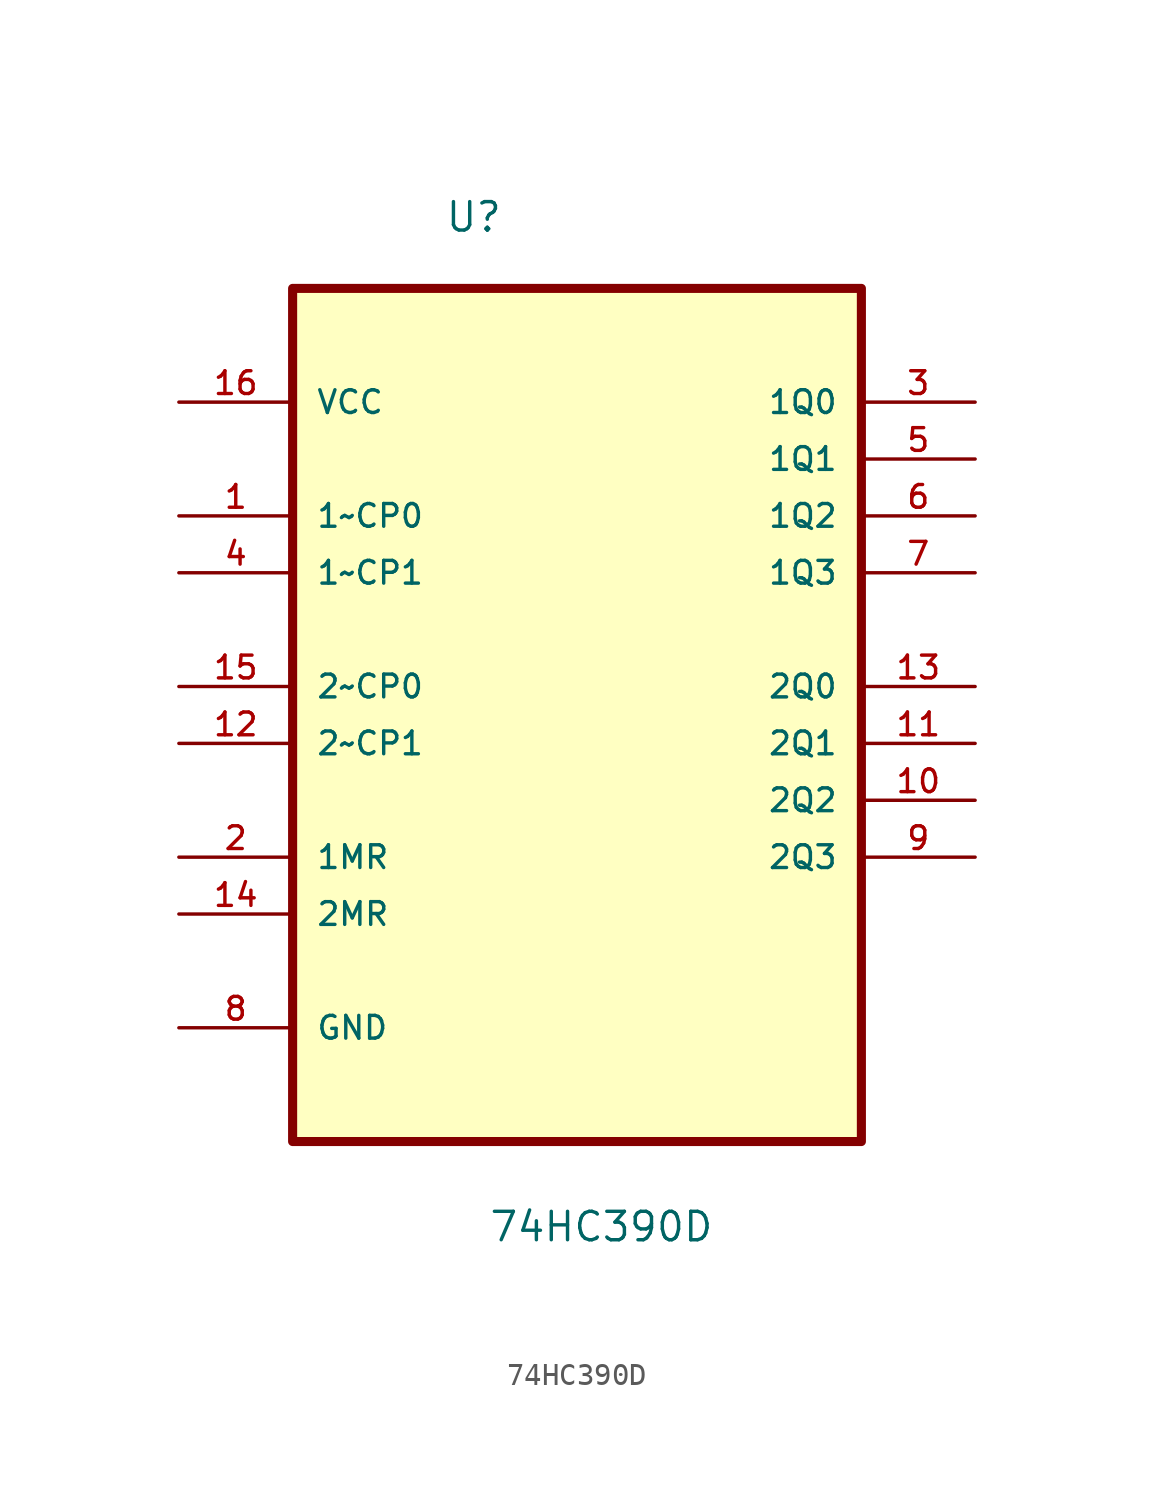
<source format=kicad_sym>
(kicad_symbol_lib
  (version 20211014)
  (generator kicad_symbol_editor)
  (symbol "74HC390D"
    (pin_names
      (offset 1.016))
    (property "Reference" "U"
      (at -5.92 17.682 0.0)
      (effects (font (size 1.27 1.27)) (justify bottom left)))
    (property "Value" "74HC390D"
      (at -3.97 -27.409 0.0)
      (effects (font (size 1.27 1.27)) (justify bottom left)))
    (symbol "74HC390D_0_0"
      (rectangle (start -12.7 -22.86) (end 12.7 15.24) (stroke (width 0.406)) (fill (type background)))
      (pin power_in line (at -17.78 10.16 0) (length 5.08) (name "VCC" (effects (font (size 1.016 1.016)))) (number "16" (effects (font (size 1.016 1.016)))))
      (pin input line (at -17.78 5.08 0) (length 5.08) (name "1~CP0" (effects (font (size 1.016 1.016)))) (number "1" (effects (font (size 1.016 1.016)))))
      (pin input line (at -17.78 2.54 0) (length 5.08) (name "1~CP1" (effects (font (size 1.016 1.016)))) (number "4" (effects (font (size 1.016 1.016)))))
      (pin input line (at -17.78 -2.54 0) (length 5.08) (name "2~CP0" (effects (font (size 1.016 1.016)))) (number "15" (effects (font (size 1.016 1.016)))))
      (pin input line (at -17.78 -5.08 0) (length 5.08) (name "2~CP1" (effects (font (size 1.016 1.016)))) (number "12" (effects (font (size 1.016 1.016)))))
      (pin input line (at -17.78 -10.16 0) (length 5.08) (name "1MR" (effects (font (size 1.016 1.016)))) (number "2" (effects (font (size 1.016 1.016)))))
      (pin input line (at -17.78 -12.7 0) (length 5.08) (name "2MR" (effects (font (size 1.016 1.016)))) (number "14" (effects (font (size 1.016 1.016)))))
      (pin passive line (at -17.78 -17.78 0) (length 5.08) (name "GND" (effects (font (size 1.016 1.016)))) (number "8" (effects (font (size 1.016 1.016)))))
      (pin output line (at 17.78 10.16 180.0) (length 5.08) (name "1Q0" (effects (font (size 1.016 1.016)))) (number "3" (effects (font (size 1.016 1.016)))))
      (pin output line (at 17.78 7.62 180.0) (length 5.08) (name "1Q1" (effects (font (size 1.016 1.016)))) (number "5" (effects (font (size 1.016 1.016)))))
      (pin output line (at 17.78 5.08 180.0) (length 5.08) (name "1Q2" (effects (font (size 1.016 1.016)))) (number "6" (effects (font (size 1.016 1.016)))))
      (pin output line (at 17.78 2.54 180.0) (length 5.08) (name "1Q3" (effects (font (size 1.016 1.016)))) (number "7" (effects (font (size 1.016 1.016)))))
      (pin output line (at 17.78 -2.54 180.0) (length 5.08) (name "2Q0" (effects (font (size 1.016 1.016)))) (number "13" (effects (font (size 1.016 1.016)))))
      (pin output line (at 17.78 -5.08 180.0) (length 5.08) (name "2Q1" (effects (font (size 1.016 1.016)))) (number "11" (effects (font (size 1.016 1.016)))))
      (pin output line (at 17.78 -7.62 180.0) (length 5.08) (name "2Q2" (effects (font (size 1.016 1.016)))) (number "10" (effects (font (size 1.016 1.016)))))
      (pin output line (at 17.78 -10.16 180.0) (length 5.08) (name "2Q3" (effects (font (size 1.016 1.016)))) (number "9" (effects (font (size 1.016 1.016))))))))
</source>
